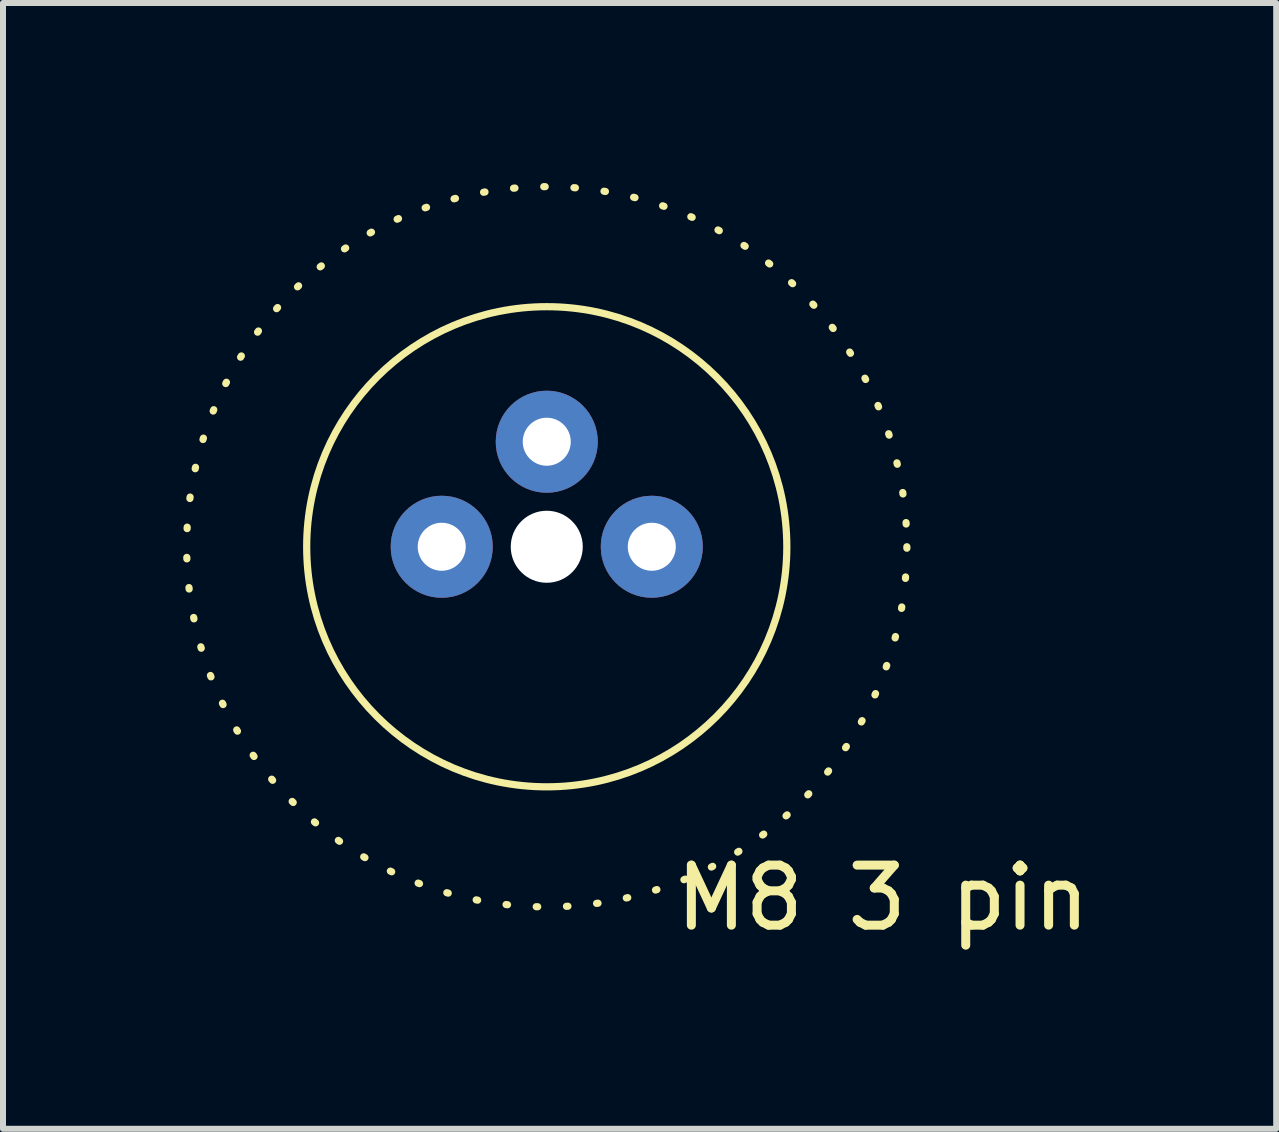
<source format=kicad_pcb>
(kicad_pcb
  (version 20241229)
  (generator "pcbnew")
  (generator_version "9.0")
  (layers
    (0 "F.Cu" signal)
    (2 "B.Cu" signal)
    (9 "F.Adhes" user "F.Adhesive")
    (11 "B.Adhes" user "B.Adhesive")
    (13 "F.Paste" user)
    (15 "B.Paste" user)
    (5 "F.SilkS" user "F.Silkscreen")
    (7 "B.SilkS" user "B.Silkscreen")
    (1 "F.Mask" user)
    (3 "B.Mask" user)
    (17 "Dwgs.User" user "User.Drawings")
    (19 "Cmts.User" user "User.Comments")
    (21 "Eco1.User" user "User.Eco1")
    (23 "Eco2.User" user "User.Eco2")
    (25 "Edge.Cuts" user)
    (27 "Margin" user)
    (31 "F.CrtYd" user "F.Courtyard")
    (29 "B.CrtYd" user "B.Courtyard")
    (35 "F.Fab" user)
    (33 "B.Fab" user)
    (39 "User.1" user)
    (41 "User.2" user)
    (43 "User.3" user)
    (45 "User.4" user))
  (footprint "M8 3 pin"
    (layer "F.Cu")
    (at 6.06 6.06)
    (property "Reference" "M8 3 pin" (at 5.6 5.85 0) (unlocked yes) (layer "F.SilkS") (effects (font (size 1 1) (thickness 0.15))))
    (attr through_hole)
    (fp_circle (center 0 0) (end 4 0) (stroke (width 0.12) (type default)) (fill no) (layer "F.SilkS"))
    (fp_circle (center 0 0) (end 6 0) (stroke (width 0.12) (type dot)) (fill no) (layer "F.SilkS"))
    (pad "" np_thru_hole circle (at 0 0) (size 1.2 1.2) (drill 1.2) (layers "*.Cu" "*.Mask"))
    (pad "1" thru_hole circle (at -1.75 0) (size 1.7 1.7) (drill 0.8) (layers "*.Cu" "*.Mask"))
    (pad "2" thru_hole circle (at 0 -1.75) (size 1.7 1.7) (drill 0.8) (layers "*.Cu" "*.Mask"))
    (pad "3" thru_hole circle (at 1.75 0) (size 1.7 1.7) (drill 0.8) (layers "*.Cu" "*.Mask")))
  (gr_rect
    (start -3 -3)
    (end 18.214 15.758)
    (stroke (width 0.1) (type default))
    (fill no)
    (layer "Edge.Cuts")))
</source>
